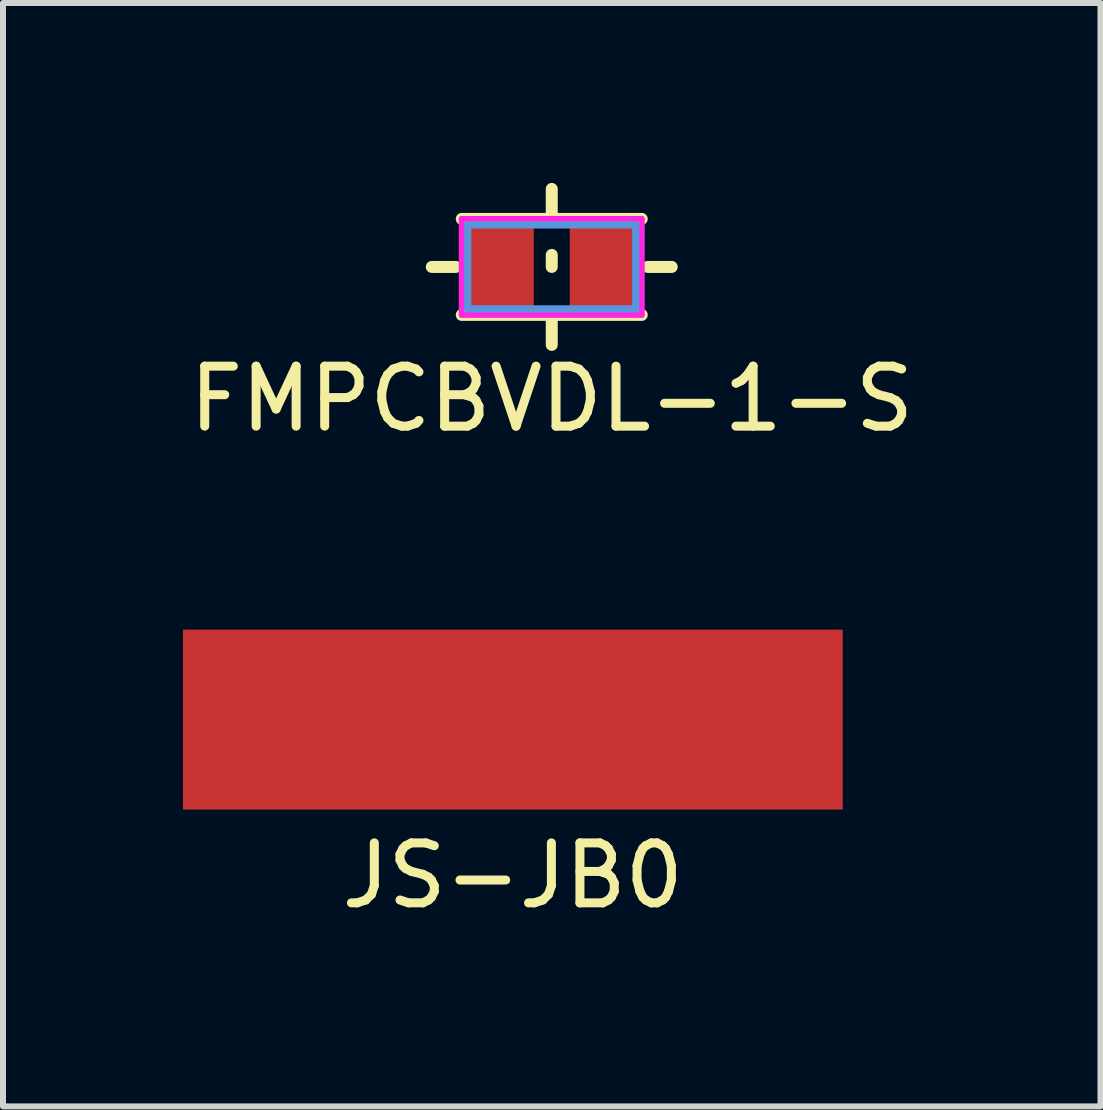
<source format=kicad_pcb>
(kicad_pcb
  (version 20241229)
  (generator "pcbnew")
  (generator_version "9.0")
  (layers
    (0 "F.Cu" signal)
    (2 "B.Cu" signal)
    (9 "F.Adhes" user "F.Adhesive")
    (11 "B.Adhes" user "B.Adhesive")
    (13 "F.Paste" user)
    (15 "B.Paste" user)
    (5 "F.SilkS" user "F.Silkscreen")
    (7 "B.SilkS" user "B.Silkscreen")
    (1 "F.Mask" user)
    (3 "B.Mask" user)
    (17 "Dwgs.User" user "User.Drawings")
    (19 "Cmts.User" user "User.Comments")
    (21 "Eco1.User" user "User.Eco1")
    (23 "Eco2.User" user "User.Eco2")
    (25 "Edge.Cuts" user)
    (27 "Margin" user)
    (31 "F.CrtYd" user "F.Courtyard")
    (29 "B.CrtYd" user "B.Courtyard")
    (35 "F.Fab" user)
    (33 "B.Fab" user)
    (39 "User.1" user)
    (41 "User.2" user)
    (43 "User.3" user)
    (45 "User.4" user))
  (footprint "FMPCBVDL-1-S"
    (layer "F.Cu")
    (at 6.149 1.4)
    (property "Reference" "FMPCBVDL-1-S" (at 0 2.2 0) (layer "F.SilkS") (effects (font (size 1 1) (thickness 0.15))))
    (attr smd)
    (fp_line (start -1.6 0) (end -2 0) (stroke (width 0.2) (type solid)) (layer "F.SilkS"))
    (fp_line (start -1.5 -0.8) (end 1.5 -0.8) (stroke (width 0.2) (type solid)) (layer "F.SilkS"))
    (fp_line (start -1.5 0.8) (end 1.5 0.8) (stroke (width 0.2) (type solid)) (layer "F.SilkS"))
    (fp_line (start 0 -0.8) (end 0 -1.3) (stroke (width 0.2) (type solid)) (layer "F.SilkS"))
    (fp_line (start 0 0) (end 0 -0.2) (stroke (width 0.2) (type solid)) (layer "F.SilkS"))
    (fp_line (start 0 0.8) (end 0 1.3) (stroke (width 0.2) (type solid)) (layer "F.SilkS"))
    (fp_line (start 1.6 0) (end 2 0) (stroke (width 0.2) (type solid)) (layer "F.SilkS"))
    (fp_line (start -1.4 -0.7) (end 1.4 -0.7) (stroke (width 0.12) (type solid)) (layer "Cmts.User"))
    (fp_line (start -1.4 0.7) (end -1.4 -0.7) (stroke (width 0.12) (type solid)) (layer "Cmts.User"))
    (fp_line (start 1.4 -0.7) (end 1.4 0.7) (stroke (width 0.12) (type solid)) (layer "Cmts.User"))
    (fp_line (start 1.4 0.7) (end -1.4 0.7) (stroke (width 0.12) (type solid)) (layer "Cmts.User"))
    (fp_line (start -1.5 -0.8) (end 1.5 -0.8) (stroke (width 0.1) (type solid)) (layer "F.CrtYd"))
    (fp_line (start -1.5 0.8) (end -1.5 -0.8) (stroke (width 0.1) (type solid)) (layer "F.CrtYd"))
    (fp_line (start 1.5 -0.8) (end 1.5 0.8) (stroke (width 0.1) (type solid)) (layer "F.CrtYd"))
    (fp_line (start 1.5 0.8) (end -1.5 0.8) (stroke (width 0.1) (type solid)) (layer "F.CrtYd"))
    (pad "1" smd rect (at -0.9 0) (size 1.2 1.4) (layers "F.Cu" "F.Mask" "F.Paste"))
    (pad "2" smd rect (at 0.9 0) (size 1.2 1.4) (layers "F.Cu" "F.Mask" "F.Paste")))
  (footprint "JS-JB0"
    (layer "F.Cu")
    (at 5.5 8.948)
    (property "Reference" "JS-JB0" (at 0 2.6 0) (layer "F.SilkS") (effects (font (size 1 1) (thickness 0.15))))
    (attr smd)
    (pad "1" smd rect (at 0 0) (size 11 3) (layers "F.Cu" "F.Mask" "F.Paste")))
  (gr_rect
    (start -3 -3)
    (end 15.298 15.396)
    (stroke (width 0.1) (type default))
    (fill no)
    (layer "Edge.Cuts")))
</source>
